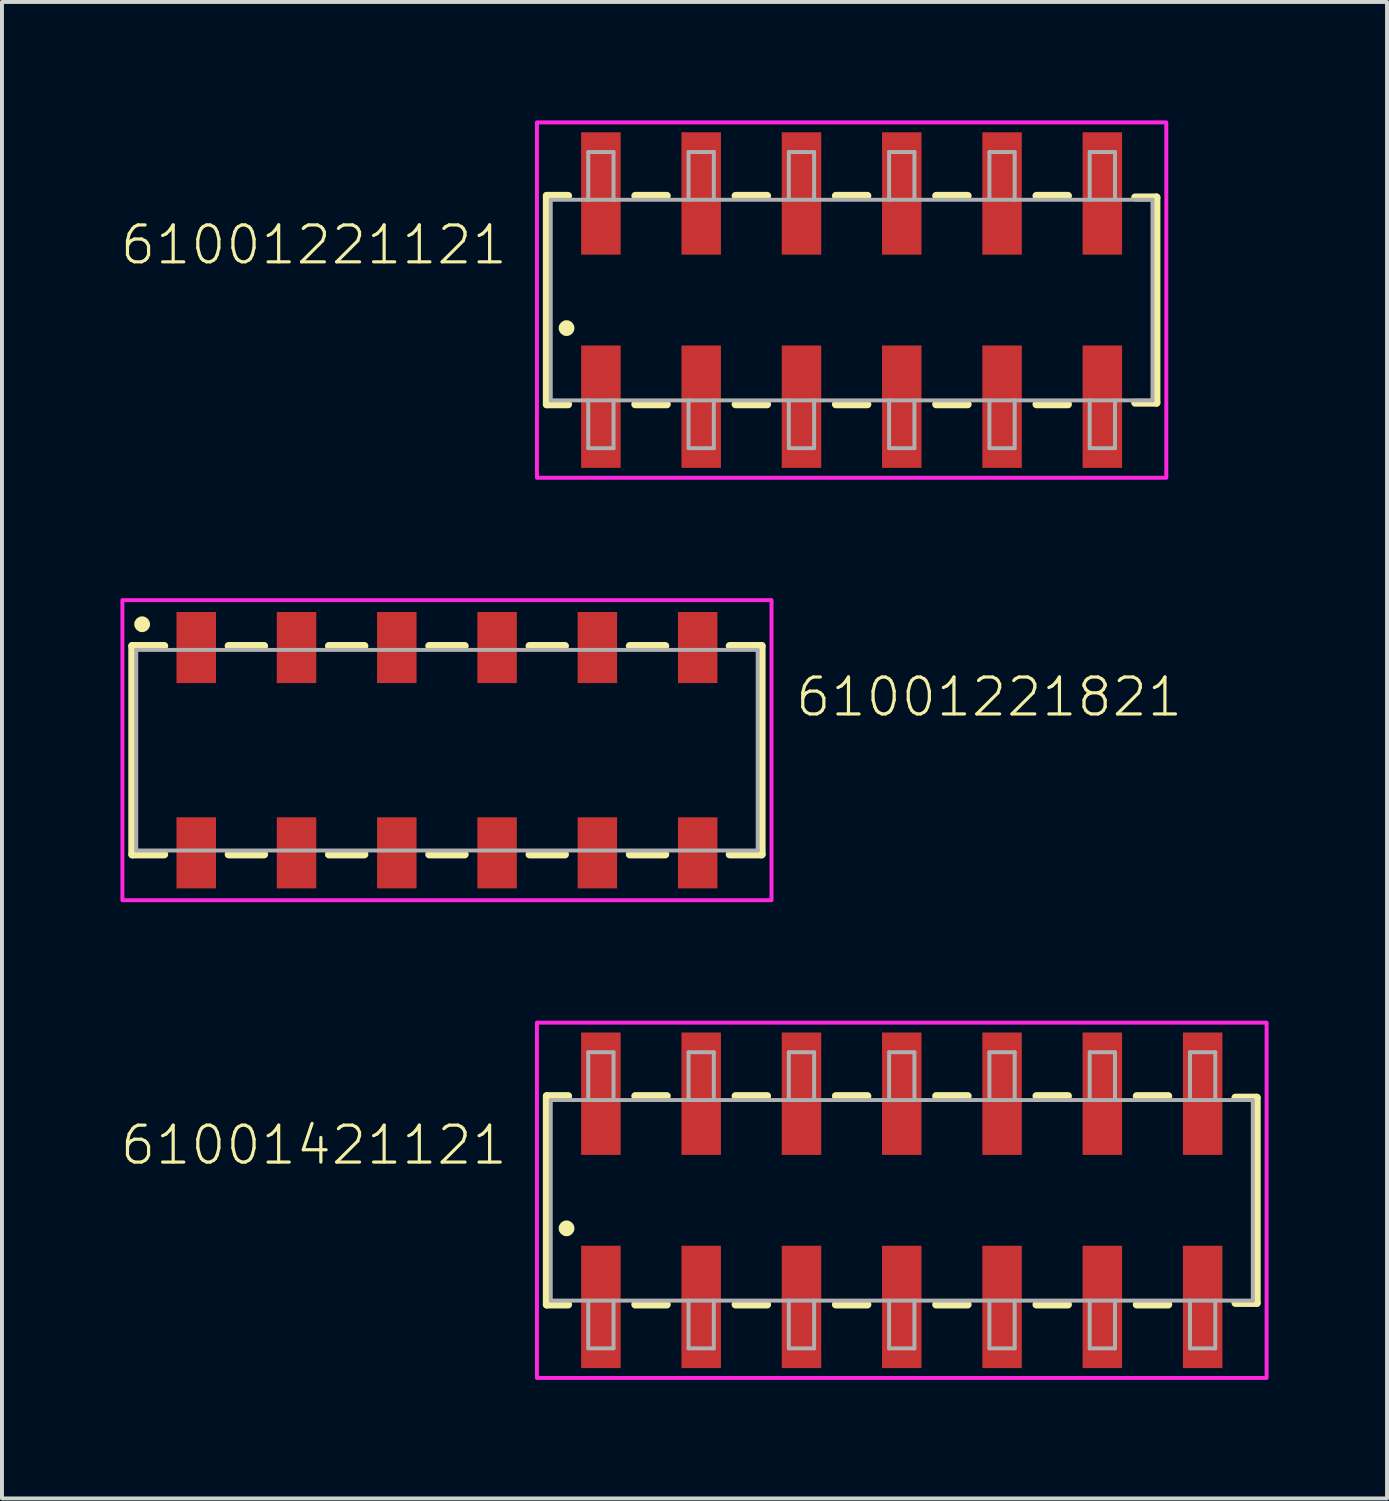
<source format=kicad_pcb>
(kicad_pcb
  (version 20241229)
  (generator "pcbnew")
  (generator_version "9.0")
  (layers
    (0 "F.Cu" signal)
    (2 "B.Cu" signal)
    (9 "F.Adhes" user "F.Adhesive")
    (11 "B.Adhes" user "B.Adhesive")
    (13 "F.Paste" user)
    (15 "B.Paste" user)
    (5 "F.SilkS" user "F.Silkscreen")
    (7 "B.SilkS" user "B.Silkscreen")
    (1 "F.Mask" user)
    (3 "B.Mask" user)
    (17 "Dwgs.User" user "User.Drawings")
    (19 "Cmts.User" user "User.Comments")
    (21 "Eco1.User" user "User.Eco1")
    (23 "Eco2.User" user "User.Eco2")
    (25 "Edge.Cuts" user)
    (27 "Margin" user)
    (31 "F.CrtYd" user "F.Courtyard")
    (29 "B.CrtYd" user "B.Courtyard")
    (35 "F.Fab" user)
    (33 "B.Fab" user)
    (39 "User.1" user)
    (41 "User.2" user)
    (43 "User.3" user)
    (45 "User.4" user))
  (footprint "61001221821"
    (layer "F.Cu")
    (at 8.27 15.95)
    (property "Reference" "61001221821" (at 8.78 -0.8 0) (unlocked yes) (layer "F.SilkS") (effects (font (size 0.935 0.935) (thickness 0.081)) (justify left bottom)))
    (fp_line (start -7.97 -2.64) (end -7.97 2.64) (stroke (width 0.2) (type solid)) (layer "F.SilkS"))
    (fp_line (start -7.16 -2.64) (end -7.97 -2.64) (stroke (width 0.2) (type solid)) (layer "F.SilkS"))
    (fp_line (start -7.16 2.64) (end -7.97 2.64) (stroke (width 0.2) (type solid)) (layer "F.SilkS"))
    (fp_line (start -5.53 -2.64) (end -4.63 -2.64) (stroke (width 0.2) (type solid)) (layer "F.SilkS"))
    (fp_line (start -5.53 2.64) (end -4.63 2.64) (stroke (width 0.2) (type solid)) (layer "F.SilkS"))
    (fp_line (start -2.99 -2.64) (end -2.09 -2.64) (stroke (width 0.2) (type solid)) (layer "F.SilkS"))
    (fp_line (start -2.99 2.64) (end -2.09 2.64) (stroke (width 0.2) (type solid)) (layer "F.SilkS"))
    (fp_line (start -0.45 -2.64) (end 0.45 -2.64) (stroke (width 0.2) (type solid)) (layer "F.SilkS"))
    (fp_line (start 0.45 2.64) (end -0.45 2.64) (stroke (width 0.2) (type solid)) (layer "F.SilkS"))
    (fp_line (start 2.99 -2.64) (end 2.09 -2.64) (stroke (width 0.2) (type solid)) (layer "F.SilkS"))
    (fp_line (start 2.99 2.64) (end 2.09 2.64) (stroke (width 0.2) (type solid)) (layer "F.SilkS"))
    (fp_line (start 5.53 -2.64) (end 4.63 -2.64) (stroke (width 0.2) (type solid)) (layer "F.SilkS"))
    (fp_line (start 5.53 2.64) (end 4.63 2.64) (stroke (width 0.2) (type solid)) (layer "F.SilkS"))
    (fp_line (start 7.16 -2.64) (end 7.97 -2.64) (stroke (width 0.2) (type solid)) (layer "F.SilkS"))
    (fp_line (start 7.16 2.64) (end 7.97 2.64) (stroke (width 0.2) (type solid)) (layer "F.SilkS"))
    (fp_line (start 7.97 2.64) (end 7.97 -2.64) (stroke (width 0.2) (type solid)) (layer "F.SilkS"))
    (fp_circle (center -7.72 -3.19) (end -7.62 -3.19) (stroke (width 0.2) (type solid)) (fill no) (layer "F.SilkS"))
    (fp_poly (pts (xy 8.22 3.8) (xy -8.22 3.8) (xy -8.22 -3.8) (xy 8.22 -3.8)) (stroke (width 0.1) (type default)) (fill no) (layer "F.CrtYd"))
    (fp_line (start -7.87 -2.54) (end -7.87 2.54) (stroke (width 0.1) (type solid)) (layer "F.Fab"))
    (fp_line (start -7.87 2.54) (end 7.87 2.54) (stroke (width 0.1) (type solid)) (layer "F.Fab"))
    (fp_line (start 7.87 -2.54) (end -7.87 -2.54) (stroke (width 0.1) (type solid)) (layer "F.Fab"))
    (fp_line (start 7.87 -2.54) (end 7.87 2.54) (stroke (width 0.1) (type solid)) (layer "F.Fab"))
    (pad "1" smd rect (at -6.35 -2.6) (size 1 1.8) (layers "F.Cu" "F.Mask" "F.Paste"))
    (pad "2" smd rect (at -6.35 2.6) (size 1 1.8) (layers "F.Cu" "F.Mask" "F.Paste"))
    (pad "3" smd rect (at -3.81 -2.6) (size 1 1.8) (layers "F.Cu" "F.Mask" "F.Paste"))
    (pad "4" smd rect (at -3.81 2.6) (size 1 1.8) (layers "F.Cu" "F.Mask" "F.Paste"))
    (pad "5" smd rect (at -1.27 -2.6) (size 1 1.8) (layers "F.Cu" "F.Mask" "F.Paste"))
    (pad "6" smd rect (at -1.27 2.6) (size 1 1.8) (layers "F.Cu" "F.Mask" "F.Paste"))
    (pad "7" smd rect (at 1.27 -2.6) (size 1 1.8) (layers "F.Cu" "F.Mask" "F.Paste"))
    (pad "8" smd rect (at 1.27 2.6) (size 1 1.8) (layers "F.Cu" "F.Mask" "F.Paste"))
    (pad "9" smd rect (at 3.81 -2.6) (size 1 1.8) (layers "F.Cu" "F.Mask" "F.Paste"))
    (pad "10" smd rect (at 3.81 2.6) (size 1 1.8) (layers "F.Cu" "F.Mask" "F.Paste"))
    (pad "11" smd rect (at 6.35 -2.6) (size 1 1.8) (layers "F.Cu" "F.Mask" "F.Paste"))
    (pad "12" smd rect (at 6.35 2.6) (size 1 1.8) (layers "F.Cu" "F.Mask" "F.Paste")))
  (footprint "61001221121"
    (layer "F.Cu")
    (at 18.519 4.55)
    (property "Reference" "61001221121" (at -8.67 -0.85 0) (unlocked yes) (layer "F.SilkS") (effects (font (size 0.935 0.935) (thickness 0.081)) (justify right bottom)))
    (fp_line (start -7.72 -2.64) (end -7.72 2.64) (stroke (width 0.2) (type solid)) (layer "F.SilkS"))
    (fp_line (start -7.72 2.64) (end -7.18 2.64) (stroke (width 0.2) (type solid)) (layer "F.SilkS"))
    (fp_line (start -7.18 -2.64) (end -7.72 -2.64) (stroke (width 0.2) (type solid)) (layer "F.SilkS"))
    (fp_line (start -5.48 2.64) (end -4.68 2.64) (stroke (width 0.2) (type solid)) (layer "F.SilkS"))
    (fp_line (start -4.68 -2.64) (end -5.48 -2.64) (stroke (width 0.2) (type solid)) (layer "F.SilkS"))
    (fp_line (start -2.94 2.64) (end -2.14 2.64) (stroke (width 0.2) (type solid)) (layer "F.SilkS"))
    (fp_line (start -2.14 -2.64) (end -2.94 -2.64) (stroke (width 0.2) (type solid)) (layer "F.SilkS"))
    (fp_line (start -0.4 2.64) (end 0.4 2.64) (stroke (width 0.2) (type solid)) (layer "F.SilkS"))
    (fp_line (start 0.4 -2.64) (end -0.4 -2.64) (stroke (width 0.2) (type solid)) (layer "F.SilkS"))
    (fp_line (start 2.14 2.64) (end 2.94 2.64) (stroke (width 0.2) (type solid)) (layer "F.SilkS"))
    (fp_line (start 2.94 -2.64) (end 2.14 -2.64) (stroke (width 0.2) (type solid)) (layer "F.SilkS"))
    (fp_line (start 4.68 2.64) (end 5.48 2.64) (stroke (width 0.2) (type solid)) (layer "F.SilkS"))
    (fp_line (start 5.48 -2.64) (end 4.68 -2.64) (stroke (width 0.2) (type solid)) (layer "F.SilkS"))
    (fp_line (start 7.18 -2.6) (end 7.72 -2.6) (stroke (width 0.2) (type solid)) (layer "F.SilkS"))
    (fp_line (start 7.72 -2.6) (end 7.72 2.6) (stroke (width 0.2) (type solid)) (layer "F.SilkS"))
    (fp_line (start 7.72 2.6) (end 7.18 2.6) (stroke (width 0.2) (type solid)) (layer "F.SilkS"))
    (fp_circle (center -7.22 0.71) (end -7.12 0.71) (stroke (width 0.2) (type solid)) (fill no) (layer "F.SilkS"))
    (fp_poly (pts (xy 7.97 4.5) (xy -7.97 4.5) (xy -7.97 -4.5) (xy 7.97 -4.5)) (stroke (width 0.1) (type default)) (fill no) (layer "F.CrtYd"))
    (fp_line (start -7.62 -2.54) (end -7.62 2.54) (stroke (width 0.1) (type solid)) (layer "F.Fab"))
    (fp_line (start -7.62 2.54) (end 7.62 2.54) (stroke (width 0.1) (type solid)) (layer "F.Fab"))
    (fp_line (start -6.67 -3.75) (end -6.03 -3.75) (stroke (width 0.1) (type solid)) (layer "F.Fab"))
    (fp_line (start -6.67 -2.54) (end -7.62 -2.54) (stroke (width 0.1) (type solid)) (layer "F.Fab"))
    (fp_line (start -6.67 -2.54) (end -6.67 -3.75) (stroke (width 0.1) (type solid)) (layer "F.Fab"))
    (fp_line (start -6.67 3.75) (end -6.67 2.54) (stroke (width 0.1) (type solid)) (layer "F.Fab"))
    (fp_line (start -6.03 -3.75) (end -6.03 -2.54) (stroke (width 0.1) (type solid)) (layer "F.Fab"))
    (fp_line (start -6.03 -2.54) (end -6.67 -2.54) (stroke (width 0.1) (type solid)) (layer "F.Fab"))
    (fp_line (start -6.03 2.54) (end -6.03 3.75) (stroke (width 0.1) (type solid)) (layer "F.Fab"))
    (fp_line (start -6.03 3.75) (end -6.67 3.75) (stroke (width 0.1) (type solid)) (layer "F.Fab"))
    (fp_line (start -4.13 -3.75) (end -3.49 -3.75) (stroke (width 0.1) (type solid)) (layer "F.Fab"))
    (fp_line (start -4.13 -2.54) (end -4.13 -3.75) (stroke (width 0.1) (type solid)) (layer "F.Fab"))
    (fp_line (start -4.13 3.75) (end -4.13 2.54) (stroke (width 0.1) (type solid)) (layer "F.Fab"))
    (fp_line (start -3.49 -3.75) (end -3.49 -2.54) (stroke (width 0.1) (type solid)) (layer "F.Fab"))
    (fp_line (start -3.49 2.54) (end -3.49 3.75) (stroke (width 0.1) (type solid)) (layer "F.Fab"))
    (fp_line (start -3.49 3.75) (end -4.13 3.75) (stroke (width 0.1) (type solid)) (layer "F.Fab"))
    (fp_line (start -1.59 -3.75) (end -0.95 -3.75) (stroke (width 0.1) (type solid)) (layer "F.Fab"))
    (fp_line (start -1.59 -2.54) (end -1.59 -3.75) (stroke (width 0.1) (type solid)) (layer "F.Fab"))
    (fp_line (start -1.59 3.75) (end -1.59 2.54) (stroke (width 0.1) (type solid)) (layer "F.Fab"))
    (fp_line (start -0.95 -3.75) (end -0.95 -2.54) (stroke (width 0.1) (type solid)) (layer "F.Fab"))
    (fp_line (start -0.95 2.54) (end -0.95 3.75) (stroke (width 0.1) (type solid)) (layer "F.Fab"))
    (fp_line (start -0.95 3.75) (end -1.59 3.75) (stroke (width 0.1) (type solid)) (layer "F.Fab"))
    (fp_line (start 0.95 -3.75) (end 1.59 -3.75) (stroke (width 0.1) (type solid)) (layer "F.Fab"))
    (fp_line (start 0.95 -2.54) (end 0.95 -3.75) (stroke (width 0.1) (type solid)) (layer "F.Fab"))
    (fp_line (start 0.95 3.75) (end 0.95 2.54) (stroke (width 0.1) (type solid)) (layer "F.Fab"))
    (fp_line (start 1.59 -3.75) (end 1.59 -2.54) (stroke (width 0.1) (type solid)) (layer "F.Fab"))
    (fp_line (start 1.59 2.54) (end 1.59 3.75) (stroke (width 0.1) (type solid)) (layer "F.Fab"))
    (fp_line (start 1.59 3.75) (end 0.95 3.75) (stroke (width 0.1) (type solid)) (layer "F.Fab"))
    (fp_line (start 3.49 -3.75) (end 4.13 -3.75) (stroke (width 0.1) (type solid)) (layer "F.Fab"))
    (fp_line (start 3.49 -2.54) (end 3.49 -3.75) (stroke (width 0.1) (type solid)) (layer "F.Fab"))
    (fp_line (start 3.49 3.75) (end 3.49 2.54) (stroke (width 0.1) (type solid)) (layer "F.Fab"))
    (fp_line (start 4.13 -3.75) (end 4.13 -2.54) (stroke (width 0.1) (type solid)) (layer "F.Fab"))
    (fp_line (start 4.13 2.54) (end 4.13 3.75) (stroke (width 0.1) (type solid)) (layer "F.Fab"))
    (fp_line (start 4.13 3.75) (end 3.49 3.75) (stroke (width 0.1) (type solid)) (layer "F.Fab"))
    (fp_line (start 6.03 -3.75) (end 6.67 -3.75) (stroke (width 0.1) (type solid)) (layer "F.Fab"))
    (fp_line (start 6.03 -2.54) (end 6.03 -3.75) (stroke (width 0.1) (type solid)) (layer "F.Fab"))
    (fp_line (start 6.03 3.75) (end 6.03 2.54) (stroke (width 0.1) (type solid)) (layer "F.Fab"))
    (fp_line (start 6.67 -3.75) (end 6.67 -2.54) (stroke (width 0.1) (type solid)) (layer "F.Fab"))
    (fp_line (start 6.67 2.54) (end 6.67 3.75) (stroke (width 0.1) (type solid)) (layer "F.Fab"))
    (fp_line (start 6.67 3.75) (end 6.03 3.75) (stroke (width 0.1) (type solid)) (layer "F.Fab"))
    (fp_line (start 7.62 -2.54) (end -6.03 -2.54) (stroke (width 0.1) (type solid)) (layer "F.Fab"))
    (fp_line (start 7.62 2.54) (end 7.62 -2.54) (stroke (width 0.1) (type solid)) (layer "F.Fab"))
    (pad "1" smd rect (at -6.35 2.7 90) (size 3.1 1) (layers "F.Cu" "F.Mask" "F.Paste"))
    (pad "2" smd rect (at -6.35 -2.7 90) (size 3.1 1) (layers "F.Cu" "F.Mask" "F.Paste"))
    (pad "3" smd rect (at -3.81 2.7 90) (size 3.1 1) (layers "F.Cu" "F.Mask" "F.Paste"))
    (pad "4" smd rect (at -3.81 -2.7 90) (size 3.1 1) (layers "F.Cu" "F.Mask" "F.Paste"))
    (pad "5" smd rect (at -1.27 2.7 90) (size 3.1 1) (layers "F.Cu" "F.Mask" "F.Paste"))
    (pad "6" smd rect (at -1.27 -2.7 90) (size 3.1 1) (layers "F.Cu" "F.Mask" "F.Paste"))
    (pad "7" smd rect (at 1.27 2.7 90) (size 3.1 1) (layers "F.Cu" "F.Mask" "F.Paste"))
    (pad "8" smd rect (at 1.27 -2.7 90) (size 3.1 1) (layers "F.Cu" "F.Mask" "F.Paste"))
    (pad "9" smd rect (at 3.81 2.7 90) (size 3.1 1) (layers "F.Cu" "F.Mask" "F.Paste"))
    (pad "10" smd rect (at 3.81 -2.7 90) (size 3.1 1) (layers "F.Cu" "F.Mask" "F.Paste"))
    (pad "11" smd rect (at 6.35 2.7 90) (size 3.1 1) (layers "F.Cu" "F.Mask" "F.Paste"))
    (pad "12" smd rect (at 6.35 -2.7 90) (size 3.1 1) (layers "F.Cu" "F.Mask" "F.Paste")))
  (footprint "61001421121"
    (layer "F.Cu")
    (at 19.789 27.35)
    (property "Reference" "61001421121" (at -9.94 -0.85 0) (unlocked yes) (layer "F.SilkS") (effects (font (size 0.935 0.935) (thickness 0.081)) (justify right bottom)))
    (fp_line (start -8.99 -2.64) (end -8.99 2.64) (stroke (width 0.2) (type solid)) (layer "F.SilkS"))
    (fp_line (start -8.99 2.64) (end -8.45 2.64) (stroke (width 0.2) (type solid)) (layer "F.SilkS"))
    (fp_line (start -8.45 -2.64) (end -8.99 -2.64) (stroke (width 0.2) (type solid)) (layer "F.SilkS"))
    (fp_line (start -6.75 2.64) (end -5.95 2.64) (stroke (width 0.2) (type solid)) (layer "F.SilkS"))
    (fp_line (start -5.95 -2.64) (end -6.75 -2.64) (stroke (width 0.2) (type solid)) (layer "F.SilkS"))
    (fp_line (start -4.21 2.64) (end -3.41 2.64) (stroke (width 0.2) (type solid)) (layer "F.SilkS"))
    (fp_line (start -3.41 -2.64) (end -4.21 -2.64) (stroke (width 0.2) (type solid)) (layer "F.SilkS"))
    (fp_line (start -1.67 2.64) (end -0.87 2.64) (stroke (width 0.2) (type solid)) (layer "F.SilkS"))
    (fp_line (start -0.87 -2.64) (end -1.67 -2.64) (stroke (width 0.2) (type solid)) (layer "F.SilkS"))
    (fp_line (start 0.87 2.64) (end 1.67 2.64) (stroke (width 0.2) (type solid)) (layer "F.SilkS"))
    (fp_line (start 1.67 -2.64) (end 0.87 -2.64) (stroke (width 0.2) (type solid)) (layer "F.SilkS"))
    (fp_line (start 3.41 2.64) (end 4.21 2.64) (stroke (width 0.2) (type solid)) (layer "F.SilkS"))
    (fp_line (start 4.21 -2.64) (end 3.41 -2.64) (stroke (width 0.2) (type solid)) (layer "F.SilkS"))
    (fp_line (start 5.95 2.64) (end 6.75 2.64) (stroke (width 0.2) (type solid)) (layer "F.SilkS"))
    (fp_line (start 6.75 -2.64) (end 5.95 -2.64) (stroke (width 0.2) (type solid)) (layer "F.SilkS"))
    (fp_line (start 8.45 -2.6) (end 8.99 -2.6) (stroke (width 0.2) (type solid)) (layer "F.SilkS"))
    (fp_line (start 8.99 -2.6) (end 8.99 2.6) (stroke (width 0.2) (type solid)) (layer "F.SilkS"))
    (fp_line (start 8.99 2.6) (end 8.45 2.6) (stroke (width 0.2) (type solid)) (layer "F.SilkS"))
    (fp_circle (center -8.49 0.71) (end -8.39 0.71) (stroke (width 0.2) (type solid)) (fill no) (layer "F.SilkS"))
    (fp_poly (pts (xy 9.24 4.5) (xy -9.24 4.5) (xy -9.24 -4.5) (xy 9.24 -4.5)) (stroke (width 0.1) (type default)) (fill no) (layer "F.CrtYd"))
    (fp_line (start -8.89 -2.54) (end -8.89 2.54) (stroke (width 0.1) (type solid)) (layer "F.Fab"))
    (fp_line (start -8.89 2.54) (end 8.89 2.54) (stroke (width 0.1) (type solid)) (layer "F.Fab"))
    (fp_line (start -7.94 -3.75) (end -7.3 -3.75) (stroke (width 0.1) (type solid)) (layer "F.Fab"))
    (fp_line (start -7.94 -2.54) (end -8.89 -2.54) (stroke (width 0.1) (type solid)) (layer "F.Fab"))
    (fp_line (start -7.94 -2.54) (end -7.94 -3.75) (stroke (width 0.1) (type solid)) (layer "F.Fab"))
    (fp_line (start -7.94 3.75) (end -7.94 2.54) (stroke (width 0.1) (type solid)) (layer "F.Fab"))
    (fp_line (start -7.3 -3.75) (end -7.3 -2.54) (stroke (width 0.1) (type solid)) (layer "F.Fab"))
    (fp_line (start -7.3 -2.54) (end -7.94 -2.54) (stroke (width 0.1) (type solid)) (layer "F.Fab"))
    (fp_line (start -7.3 2.54) (end -7.3 3.75) (stroke (width 0.1) (type solid)) (layer "F.Fab"))
    (fp_line (start -7.3 3.75) (end -7.94 3.75) (stroke (width 0.1) (type solid)) (layer "F.Fab"))
    (fp_line (start -5.4 -3.75) (end -4.76 -3.75) (stroke (width 0.1) (type solid)) (layer "F.Fab"))
    (fp_line (start -5.4 -2.54) (end -5.4 -3.75) (stroke (width 0.1) (type solid)) (layer "F.Fab"))
    (fp_line (start -5.4 3.75) (end -5.4 2.54) (stroke (width 0.1) (type solid)) (layer "F.Fab"))
    (fp_line (start -4.76 -3.75) (end -4.76 -2.54) (stroke (width 0.1) (type solid)) (layer "F.Fab"))
    (fp_line (start -4.76 2.54) (end -4.76 3.75) (stroke (width 0.1) (type solid)) (layer "F.Fab"))
    (fp_line (start -4.76 3.75) (end -5.4 3.75) (stroke (width 0.1) (type solid)) (layer "F.Fab"))
    (fp_line (start -2.86 -3.75) (end -2.22 -3.75) (stroke (width 0.1) (type solid)) (layer "F.Fab"))
    (fp_line (start -2.86 -2.54) (end -2.86 -3.75) (stroke (width 0.1) (type solid)) (layer "F.Fab"))
    (fp_line (start -2.86 3.75) (end -2.86 2.54) (stroke (width 0.1) (type solid)) (layer "F.Fab"))
    (fp_line (start -2.22 -3.75) (end -2.22 -2.54) (stroke (width 0.1) (type solid)) (layer "F.Fab"))
    (fp_line (start -2.22 2.54) (end -2.22 3.75) (stroke (width 0.1) (type solid)) (layer "F.Fab"))
    (fp_line (start -2.22 3.75) (end -2.86 3.75) (stroke (width 0.1) (type solid)) (layer "F.Fab"))
    (fp_line (start -0.32 -3.75) (end 0.32 -3.75) (stroke (width 0.1) (type solid)) (layer "F.Fab"))
    (fp_line (start -0.32 -2.54) (end -0.32 -3.75) (stroke (width 0.1) (type solid)) (layer "F.Fab"))
    (fp_line (start -0.32 3.75) (end -0.32 2.54) (stroke (width 0.1) (type solid)) (layer "F.Fab"))
    (fp_line (start 0.32 -3.75) (end 0.32 -2.54) (stroke (width 0.1) (type solid)) (layer "F.Fab"))
    (fp_line (start 0.32 2.54) (end 0.32 3.75) (stroke (width 0.1) (type solid)) (layer "F.Fab"))
    (fp_line (start 0.32 3.75) (end -0.32 3.75) (stroke (width 0.1) (type solid)) (layer "F.Fab"))
    (fp_line (start 2.22 -3.75) (end 2.86 -3.75) (stroke (width 0.1) (type solid)) (layer "F.Fab"))
    (fp_line (start 2.22 -2.54) (end 2.22 -3.75) (stroke (width 0.1) (type solid)) (layer "F.Fab"))
    (fp_line (start 2.22 3.75) (end 2.22 2.54) (stroke (width 0.1) (type solid)) (layer "F.Fab"))
    (fp_line (start 2.86 -3.75) (end 2.86 -2.54) (stroke (width 0.1) (type solid)) (layer "F.Fab"))
    (fp_line (start 2.86 2.54) (end 2.86 3.75) (stroke (width 0.1) (type solid)) (layer "F.Fab"))
    (fp_line (start 2.86 3.75) (end 2.22 3.75) (stroke (width 0.1) (type solid)) (layer "F.Fab"))
    (fp_line (start 4.76 -3.75) (end 5.4 -3.75) (stroke (width 0.1) (type solid)) (layer "F.Fab"))
    (fp_line (start 4.76 -2.54) (end 4.76 -3.75) (stroke (width 0.1) (type solid)) (layer "F.Fab"))
    (fp_line (start 4.76 3.75) (end 4.76 2.54) (stroke (width 0.1) (type solid)) (layer "F.Fab"))
    (fp_line (start 5.4 -3.75) (end 5.4 -2.54) (stroke (width 0.1) (type solid)) (layer "F.Fab"))
    (fp_line (start 5.4 2.54) (end 5.4 3.75) (stroke (width 0.1) (type solid)) (layer "F.Fab"))
    (fp_line (start 5.4 3.75) (end 4.76 3.75) (stroke (width 0.1) (type solid)) (layer "F.Fab"))
    (fp_line (start 7.3 -3.75) (end 7.94 -3.75) (stroke (width 0.1) (type solid)) (layer "F.Fab"))
    (fp_line (start 7.3 -2.54) (end 7.3 -3.75) (stroke (width 0.1) (type solid)) (layer "F.Fab"))
    (fp_line (start 7.3 3.75) (end 7.3 2.54) (stroke (width 0.1) (type solid)) (layer "F.Fab"))
    (fp_line (start 7.94 -3.75) (end 7.94 -2.54) (stroke (width 0.1) (type solid)) (layer "F.Fab"))
    (fp_line (start 7.94 2.54) (end 7.94 3.75) (stroke (width 0.1) (type solid)) (layer "F.Fab"))
    (fp_line (start 7.94 3.75) (end 7.3 3.75) (stroke (width 0.1) (type solid)) (layer "F.Fab"))
    (fp_line (start 8.89 -2.54) (end -7.3 -2.54) (stroke (width 0.1) (type solid)) (layer "F.Fab"))
    (fp_line (start 8.89 2.54) (end 8.89 -2.54) (stroke (width 0.1) (type solid)) (layer "F.Fab"))
    (pad "1" smd rect (at -7.62 2.7 90) (size 3.1 1) (layers "F.Cu" "F.Mask" "F.Paste"))
    (pad "2" smd rect (at -7.62 -2.7 90) (size 3.1 1) (layers "F.Cu" "F.Mask" "F.Paste"))
    (pad "3" smd rect (at -5.08 2.7 90) (size 3.1 1) (layers "F.Cu" "F.Mask" "F.Paste"))
    (pad "4" smd rect (at -5.08 -2.7 90) (size 3.1 1) (layers "F.Cu" "F.Mask" "F.Paste"))
    (pad "5" smd rect (at -2.54 2.7 90) (size 3.1 1) (layers "F.Cu" "F.Mask" "F.Paste"))
    (pad "6" smd rect (at -2.54 -2.7 90) (size 3.1 1) (layers "F.Cu" "F.Mask" "F.Paste"))
    (pad "7" smd rect (at 0 2.7 90) (size 3.1 1) (layers "F.Cu" "F.Mask" "F.Paste"))
    (pad "8" smd rect (at 0 -2.7 90) (size 3.1 1) (layers "F.Cu" "F.Mask" "F.Paste"))
    (pad "9" smd rect (at 2.54 2.7 90) (size 3.1 1) (layers "F.Cu" "F.Mask" "F.Paste"))
    (pad "10" smd rect (at 2.54 -2.7 90) (size 3.1 1) (layers "F.Cu" "F.Mask" "F.Paste"))
    (pad "11" smd rect (at 5.08 2.7 90) (size 3.1 1) (layers "F.Cu" "F.Mask" "F.Paste"))
    (pad "12" smd rect (at 5.08 -2.7 90) (size 3.1 1) (layers "F.Cu" "F.Mask" "F.Paste"))
    (pad "13" smd rect (at 7.62 2.7 90) (size 3.1 1) (layers "F.Cu" "F.Mask" "F.Paste"))
    (pad "14" smd rect (at 7.62 -2.7 90) (size 3.1 1) (layers "F.Cu" "F.Mask" "F.Paste")))
  (gr_rect
    (start -3 -3)
    (end 32.079 34.9)
    (stroke (width 0.1) (type default))
    (fill no)
    (layer "Edge.Cuts")))
</source>
